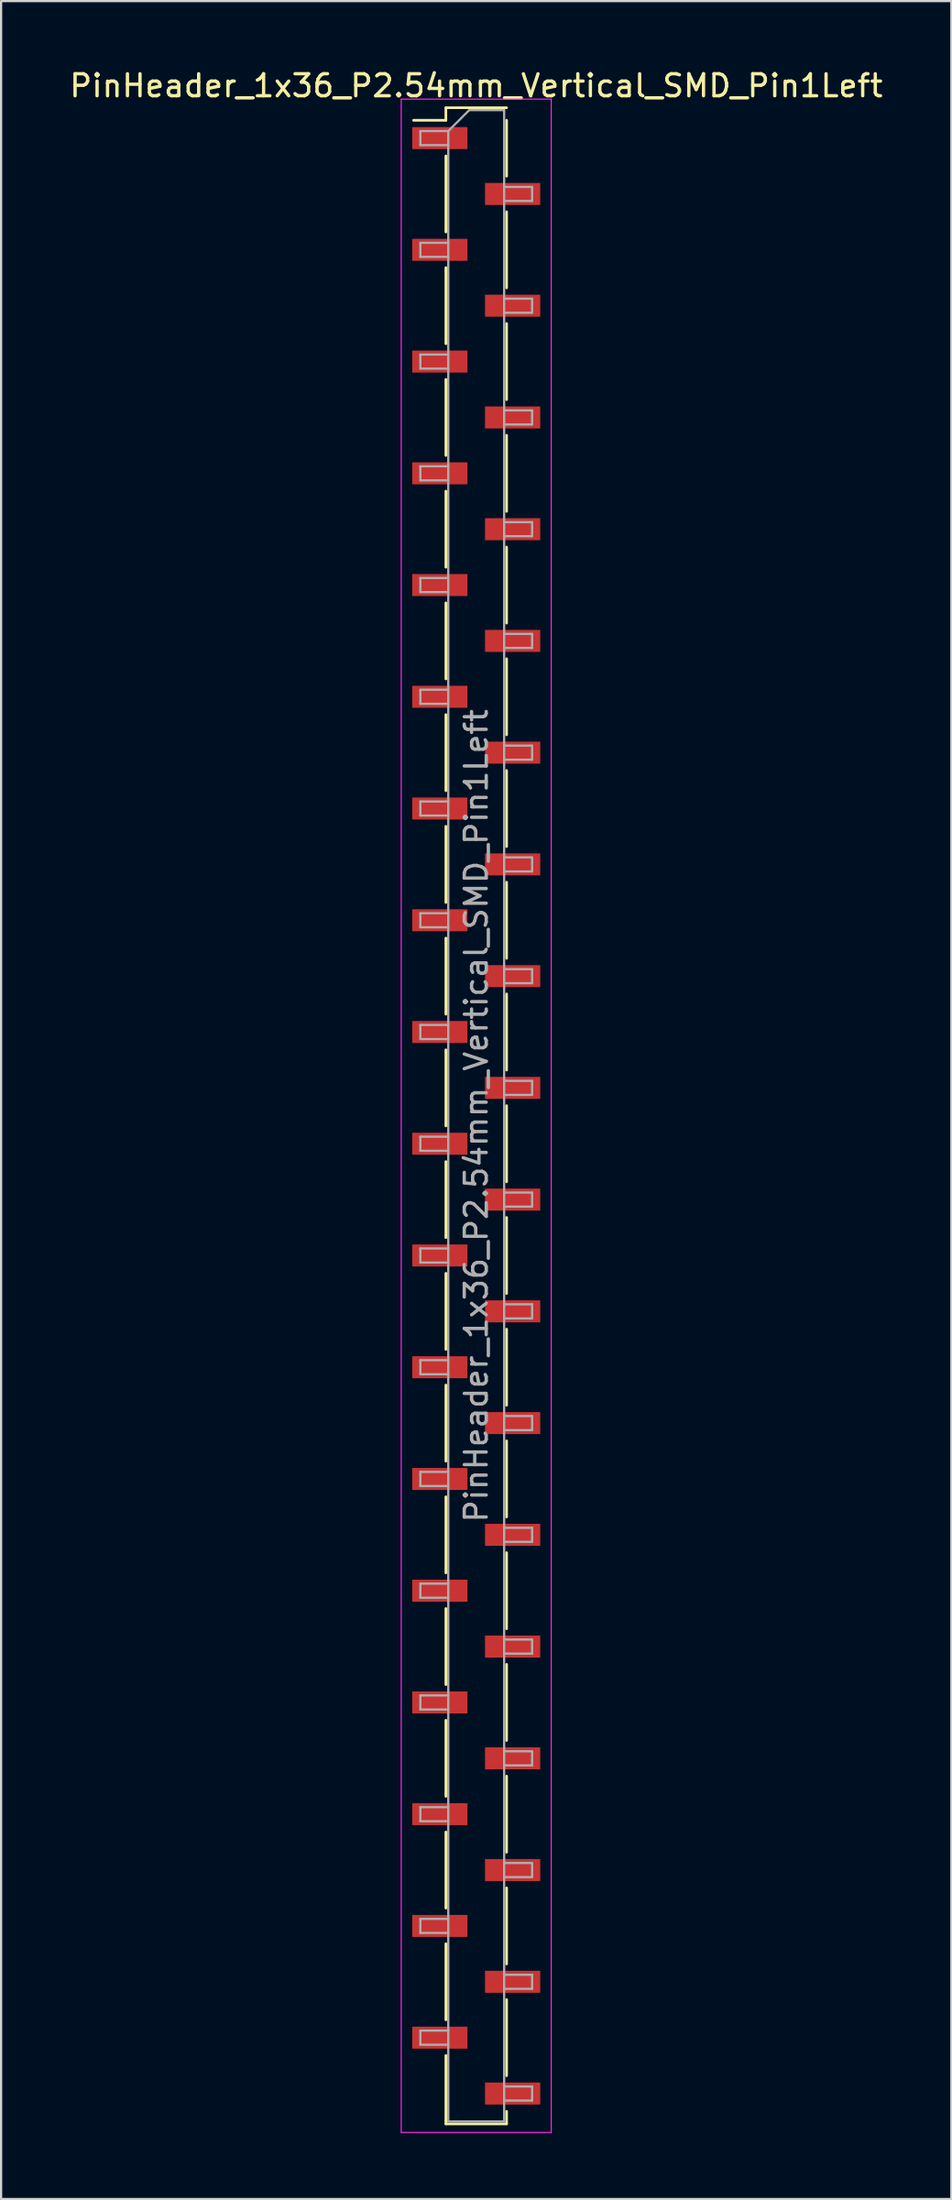
<source format=kicad_pcb>
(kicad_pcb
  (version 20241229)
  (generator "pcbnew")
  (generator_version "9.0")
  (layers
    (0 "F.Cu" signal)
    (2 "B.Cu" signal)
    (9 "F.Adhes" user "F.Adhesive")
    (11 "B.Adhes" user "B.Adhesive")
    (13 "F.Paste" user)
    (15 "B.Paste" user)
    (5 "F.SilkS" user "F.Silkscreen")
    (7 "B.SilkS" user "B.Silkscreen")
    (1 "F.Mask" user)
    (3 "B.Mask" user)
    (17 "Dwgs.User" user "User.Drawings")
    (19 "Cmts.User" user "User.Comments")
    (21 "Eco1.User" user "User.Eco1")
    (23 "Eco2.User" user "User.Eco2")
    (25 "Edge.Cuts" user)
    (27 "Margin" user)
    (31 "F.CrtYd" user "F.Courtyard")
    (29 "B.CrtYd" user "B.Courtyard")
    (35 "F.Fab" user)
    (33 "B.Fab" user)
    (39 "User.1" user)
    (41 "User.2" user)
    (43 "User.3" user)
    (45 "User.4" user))
  (footprint "PinHeader_1x36_P2.54mm_Vertical_SMD_Pin1Left"
    (layer "F.Cu")
    (at 18.601 47.678)
    (property "Reference" "PinHeader_1x36_P2.54mm_Vertical_SMD_Pin1Left" (at 0 -46.83 0) (layer "F.SilkS") (effects (font (size 1 1) (thickness 0.15))))
    (attr smd)
    (fp_line (start -1.38 -45.83) (end -1.38 -45.26) (stroke (width 0.12) (type solid)) (layer "F.SilkS"))
    (fp_line (start -1.38 -45.83) (end 1.38 -45.83) (stroke (width 0.12) (type solid)) (layer "F.SilkS"))
    (fp_line (start -1.38 -45.26) (end -2.85 -45.26) (stroke (width 0.12) (type solid)) (layer "F.SilkS"))
    (fp_line (start -1.38 -43.64) (end -1.38 -40.18) (stroke (width 0.12) (type solid)) (layer "F.SilkS"))
    (fp_line (start -1.38 -38.56) (end -1.38 -35.1) (stroke (width 0.12) (type solid)) (layer "F.SilkS"))
    (fp_line (start -1.38 -33.48) (end -1.38 -30.02) (stroke (width 0.12) (type solid)) (layer "F.SilkS"))
    (fp_line (start -1.38 -28.4) (end -1.38 -24.94) (stroke (width 0.12) (type solid)) (layer "F.SilkS"))
    (fp_line (start -1.38 -23.32) (end -1.38 -19.86) (stroke (width 0.12) (type solid)) (layer "F.SilkS"))
    (fp_line (start -1.38 -18.24) (end -1.38 -14.78) (stroke (width 0.12) (type solid)) (layer "F.SilkS"))
    (fp_line (start -1.38 -13.16) (end -1.38 -9.7) (stroke (width 0.12) (type solid)) (layer "F.SilkS"))
    (fp_line (start -1.38 -8.08) (end -1.38 -4.62) (stroke (width 0.12) (type solid)) (layer "F.SilkS"))
    (fp_line (start -1.38 -3) (end -1.38 0.46) (stroke (width 0.12) (type solid)) (layer "F.SilkS"))
    (fp_line (start -1.38 2.08) (end -1.38 5.54) (stroke (width 0.12) (type solid)) (layer "F.SilkS"))
    (fp_line (start -1.38 7.16) (end -1.38 10.62) (stroke (width 0.12) (type solid)) (layer "F.SilkS"))
    (fp_line (start -1.38 12.24) (end -1.38 15.7) (stroke (width 0.12) (type solid)) (layer "F.SilkS"))
    (fp_line (start -1.38 17.32) (end -1.38 20.78) (stroke (width 0.12) (type solid)) (layer "F.SilkS"))
    (fp_line (start -1.38 22.4) (end -1.38 25.86) (stroke (width 0.12) (type solid)) (layer "F.SilkS"))
    (fp_line (start -1.38 27.48) (end -1.38 30.94) (stroke (width 0.12) (type solid)) (layer "F.SilkS"))
    (fp_line (start -1.38 32.56) (end -1.38 36.02) (stroke (width 0.12) (type solid)) (layer "F.SilkS"))
    (fp_line (start -1.38 37.64) (end -1.38 41.1) (stroke (width 0.12) (type solid)) (layer "F.SilkS"))
    (fp_line (start -1.38 42.72) (end -1.38 45.83) (stroke (width 0.12) (type solid)) (layer "F.SilkS"))
    (fp_line (start -1.38 45.83) (end 1.38 45.83) (stroke (width 0.12) (type solid)) (layer "F.SilkS"))
    (fp_line (start 1.38 -45.26) (end 1.38 -42.72) (stroke (width 0.12) (type solid)) (layer "F.SilkS"))
    (fp_line (start 1.38 -41.1) (end 1.38 -37.64) (stroke (width 0.12) (type solid)) (layer "F.SilkS"))
    (fp_line (start 1.38 -36.02) (end 1.38 -32.56) (stroke (width 0.12) (type solid)) (layer "F.SilkS"))
    (fp_line (start 1.38 -30.94) (end 1.38 -27.48) (stroke (width 0.12) (type solid)) (layer "F.SilkS"))
    (fp_line (start 1.38 -25.86) (end 1.38 -22.4) (stroke (width 0.12) (type solid)) (layer "F.SilkS"))
    (fp_line (start 1.38 -20.78) (end 1.38 -17.32) (stroke (width 0.12) (type solid)) (layer "F.SilkS"))
    (fp_line (start 1.38 -15.7) (end 1.38 -12.24) (stroke (width 0.12) (type solid)) (layer "F.SilkS"))
    (fp_line (start 1.38 -10.62) (end 1.38 -7.16) (stroke (width 0.12) (type solid)) (layer "F.SilkS"))
    (fp_line (start 1.38 -5.54) (end 1.38 -2.08) (stroke (width 0.12) (type solid)) (layer "F.SilkS"))
    (fp_line (start 1.38 -0.46) (end 1.38 3) (stroke (width 0.12) (type solid)) (layer "F.SilkS"))
    (fp_line (start 1.38 4.62) (end 1.38 8.08) (stroke (width 0.12) (type solid)) (layer "F.SilkS"))
    (fp_line (start 1.38 9.7) (end 1.38 13.16) (stroke (width 0.12) (type solid)) (layer "F.SilkS"))
    (fp_line (start 1.38 14.78) (end 1.38 18.24) (stroke (width 0.12) (type solid)) (layer "F.SilkS"))
    (fp_line (start 1.38 19.86) (end 1.38 23.32) (stroke (width 0.12) (type solid)) (layer "F.SilkS"))
    (fp_line (start 1.38 24.94) (end 1.38 28.4) (stroke (width 0.12) (type solid)) (layer "F.SilkS"))
    (fp_line (start 1.38 30.02) (end 1.38 33.48) (stroke (width 0.12) (type solid)) (layer "F.SilkS"))
    (fp_line (start 1.38 35.1) (end 1.38 38.56) (stroke (width 0.12) (type solid)) (layer "F.SilkS"))
    (fp_line (start 1.38 40.18) (end 1.38 43.64) (stroke (width 0.12) (type solid)) (layer "F.SilkS"))
    (fp_line (start 1.38 45.26) (end 1.38 45.83) (stroke (width 0.12) (type solid)) (layer "F.SilkS"))
    (fp_line (start -3.41 -46.22) (end -3.41 46.22) (stroke (width 0.05) (type solid)) (layer "F.CrtYd"))
    (fp_line (start -3.41 46.22) (end 3.41 46.22) (stroke (width 0.05) (type solid)) (layer "F.CrtYd"))
    (fp_line (start 3.41 -46.22) (end -3.41 -46.22) (stroke (width 0.05) (type solid)) (layer "F.CrtYd"))
    (fp_line (start 3.41 46.22) (end 3.41 -46.22) (stroke (width 0.05) (type solid)) (layer "F.CrtYd"))
    (fp_line (start -2.54 -44.77) (end -2.54 -44.13) (stroke (width 0.1) (type solid)) (layer "F.Fab"))
    (fp_line (start -2.54 -44.13) (end -1.27 -44.13) (stroke (width 0.1) (type solid)) (layer "F.Fab"))
    (fp_line (start -2.54 -39.69) (end -2.54 -39.05) (stroke (width 0.1) (type solid)) (layer "F.Fab"))
    (fp_line (start -2.54 -39.05) (end -1.27 -39.05) (stroke (width 0.1) (type solid)) (layer "F.Fab"))
    (fp_line (start -2.54 -34.61) (end -2.54 -33.97) (stroke (width 0.1) (type solid)) (layer "F.Fab"))
    (fp_line (start -2.54 -33.97) (end -1.27 -33.97) (stroke (width 0.1) (type solid)) (layer "F.Fab"))
    (fp_line (start -2.54 -29.53) (end -2.54 -28.89) (stroke (width 0.1) (type solid)) (layer "F.Fab"))
    (fp_line (start -2.54 -28.89) (end -1.27 -28.89) (stroke (width 0.1) (type solid)) (layer "F.Fab"))
    (fp_line (start -2.54 -24.45) (end -2.54 -23.81) (stroke (width 0.1) (type solid)) (layer "F.Fab"))
    (fp_line (start -2.54 -23.81) (end -1.27 -23.81) (stroke (width 0.1) (type solid)) (layer "F.Fab"))
    (fp_line (start -2.54 -19.37) (end -2.54 -18.73) (stroke (width 0.1) (type solid)) (layer "F.Fab"))
    (fp_line (start -2.54 -18.73) (end -1.27 -18.73) (stroke (width 0.1) (type solid)) (layer "F.Fab"))
    (fp_line (start -2.54 -14.29) (end -2.54 -13.65) (stroke (width 0.1) (type solid)) (layer "F.Fab"))
    (fp_line (start -2.54 -13.65) (end -1.27 -13.65) (stroke (width 0.1) (type solid)) (layer "F.Fab"))
    (fp_line (start -2.54 -9.21) (end -2.54 -8.57) (stroke (width 0.1) (type solid)) (layer "F.Fab"))
    (fp_line (start -2.54 -8.57) (end -1.27 -8.57) (stroke (width 0.1) (type solid)) (layer "F.Fab"))
    (fp_line (start -2.54 -4.13) (end -2.54 -3.49) (stroke (width 0.1) (type solid)) (layer "F.Fab"))
    (fp_line (start -2.54 -3.49) (end -1.27 -3.49) (stroke (width 0.1) (type solid)) (layer "F.Fab"))
    (fp_line (start -2.54 0.95) (end -2.54 1.59) (stroke (width 0.1) (type solid)) (layer "F.Fab"))
    (fp_line (start -2.54 1.59) (end -1.27 1.59) (stroke (width 0.1) (type solid)) (layer "F.Fab"))
    (fp_line (start -2.54 6.03) (end -2.54 6.67) (stroke (width 0.1) (type solid)) (layer "F.Fab"))
    (fp_line (start -2.54 6.67) (end -1.27 6.67) (stroke (width 0.1) (type solid)) (layer "F.Fab"))
    (fp_line (start -2.54 11.11) (end -2.54 11.75) (stroke (width 0.1) (type solid)) (layer "F.Fab"))
    (fp_line (start -2.54 11.75) (end -1.27 11.75) (stroke (width 0.1) (type solid)) (layer "F.Fab"))
    (fp_line (start -2.54 16.19) (end -2.54 16.83) (stroke (width 0.1) (type solid)) (layer "F.Fab"))
    (fp_line (start -2.54 16.83) (end -1.27 16.83) (stroke (width 0.1) (type solid)) (layer "F.Fab"))
    (fp_line (start -2.54 21.27) (end -2.54 21.91) (stroke (width 0.1) (type solid)) (layer "F.Fab"))
    (fp_line (start -2.54 21.91) (end -1.27 21.91) (stroke (width 0.1) (type solid)) (layer "F.Fab"))
    (fp_line (start -2.54 26.35) (end -2.54 26.99) (stroke (width 0.1) (type solid)) (layer "F.Fab"))
    (fp_line (start -2.54 26.99) (end -1.27 26.99) (stroke (width 0.1) (type solid)) (layer "F.Fab"))
    (fp_line (start -2.54 31.43) (end -2.54 32.07) (stroke (width 0.1) (type solid)) (layer "F.Fab"))
    (fp_line (start -2.54 32.07) (end -1.27 32.07) (stroke (width 0.1) (type solid)) (layer "F.Fab"))
    (fp_line (start -2.54 36.51) (end -2.54 37.15) (stroke (width 0.1) (type solid)) (layer "F.Fab"))
    (fp_line (start -2.54 37.15) (end -1.27 37.15) (stroke (width 0.1) (type solid)) (layer "F.Fab"))
    (fp_line (start -2.54 41.59) (end -2.54 42.23) (stroke (width 0.1) (type solid)) (layer "F.Fab"))
    (fp_line (start -2.54 42.23) (end -1.27 42.23) (stroke (width 0.1) (type solid)) (layer "F.Fab"))
    (fp_line (start -1.27 -44.77) (end -2.54 -44.77) (stroke (width 0.1) (type solid)) (layer "F.Fab"))
    (fp_line (start -1.27 -44.77) (end -0.32 -45.72) (stroke (width 0.1) (type solid)) (layer "F.Fab"))
    (fp_line (start -1.27 -39.69) (end -2.54 -39.69) (stroke (width 0.1) (type solid)) (layer "F.Fab"))
    (fp_line (start -1.27 -34.61) (end -2.54 -34.61) (stroke (width 0.1) (type solid)) (layer "F.Fab"))
    (fp_line (start -1.27 -29.53) (end -2.54 -29.53) (stroke (width 0.1) (type solid)) (layer "F.Fab"))
    (fp_line (start -1.27 -24.45) (end -2.54 -24.45) (stroke (width 0.1) (type solid)) (layer "F.Fab"))
    (fp_line (start -1.27 -19.37) (end -2.54 -19.37) (stroke (width 0.1) (type solid)) (layer "F.Fab"))
    (fp_line (start -1.27 -14.29) (end -2.54 -14.29) (stroke (width 0.1) (type solid)) (layer "F.Fab"))
    (fp_line (start -1.27 -9.21) (end -2.54 -9.21) (stroke (width 0.1) (type solid)) (layer "F.Fab"))
    (fp_line (start -1.27 -4.13) (end -2.54 -4.13) (stroke (width 0.1) (type solid)) (layer "F.Fab"))
    (fp_line (start -1.27 0.95) (end -2.54 0.95) (stroke (width 0.1) (type solid)) (layer "F.Fab"))
    (fp_line (start -1.27 6.03) (end -2.54 6.03) (stroke (width 0.1) (type solid)) (layer "F.Fab"))
    (fp_line (start -1.27 11.11) (end -2.54 11.11) (stroke (width 0.1) (type solid)) (layer "F.Fab"))
    (fp_line (start -1.27 16.19) (end -2.54 16.19) (stroke (width 0.1) (type solid)) (layer "F.Fab"))
    (fp_line (start -1.27 21.27) (end -2.54 21.27) (stroke (width 0.1) (type solid)) (layer "F.Fab"))
    (fp_line (start -1.27 26.35) (end -2.54 26.35) (stroke (width 0.1) (type solid)) (layer "F.Fab"))
    (fp_line (start -1.27 31.43) (end -2.54 31.43) (stroke (width 0.1) (type solid)) (layer "F.Fab"))
    (fp_line (start -1.27 36.51) (end -2.54 36.51) (stroke (width 0.1) (type solid)) (layer "F.Fab"))
    (fp_line (start -1.27 41.59) (end -2.54 41.59) (stroke (width 0.1) (type solid)) (layer "F.Fab"))
    (fp_line (start -1.27 45.72) (end -1.27 -44.77) (stroke (width 0.1) (type solid)) (layer "F.Fab"))
    (fp_line (start -0.32 -45.72) (end 1.27 -45.72) (stroke (width 0.1) (type solid)) (layer "F.Fab"))
    (fp_line (start 1.27 -45.72) (end 1.27 45.72) (stroke (width 0.1) (type solid)) (layer "F.Fab"))
    (fp_line (start 1.27 -42.23) (end 2.54 -42.23) (stroke (width 0.1) (type solid)) (layer "F.Fab"))
    (fp_line (start 1.27 -37.15) (end 2.54 -37.15) (stroke (width 0.1) (type solid)) (layer "F.Fab"))
    (fp_line (start 1.27 -32.07) (end 2.54 -32.07) (stroke (width 0.1) (type solid)) (layer "F.Fab"))
    (fp_line (start 1.27 -26.99) (end 2.54 -26.99) (stroke (width 0.1) (type solid)) (layer "F.Fab"))
    (fp_line (start 1.27 -21.91) (end 2.54 -21.91) (stroke (width 0.1) (type solid)) (layer "F.Fab"))
    (fp_line (start 1.27 -16.83) (end 2.54 -16.83) (stroke (width 0.1) (type solid)) (layer "F.Fab"))
    (fp_line (start 1.27 -11.75) (end 2.54 -11.75) (stroke (width 0.1) (type solid)) (layer "F.Fab"))
    (fp_line (start 1.27 -6.67) (end 2.54 -6.67) (stroke (width 0.1) (type solid)) (layer "F.Fab"))
    (fp_line (start 1.27 -1.59) (end 2.54 -1.59) (stroke (width 0.1) (type solid)) (layer "F.Fab"))
    (fp_line (start 1.27 3.49) (end 2.54 3.49) (stroke (width 0.1) (type solid)) (layer "F.Fab"))
    (fp_line (start 1.27 8.57) (end 2.54 8.57) (stroke (width 0.1) (type solid)) (layer "F.Fab"))
    (fp_line (start 1.27 13.65) (end 2.54 13.65) (stroke (width 0.1) (type solid)) (layer "F.Fab"))
    (fp_line (start 1.27 18.73) (end 2.54 18.73) (stroke (width 0.1) (type solid)) (layer "F.Fab"))
    (fp_line (start 1.27 23.81) (end 2.54 23.81) (stroke (width 0.1) (type solid)) (layer "F.Fab"))
    (fp_line (start 1.27 28.89) (end 2.54 28.89) (stroke (width 0.1) (type solid)) (layer "F.Fab"))
    (fp_line (start 1.27 33.97) (end 2.54 33.97) (stroke (width 0.1) (type solid)) (layer "F.Fab"))
    (fp_line (start 1.27 39.05) (end 2.54 39.05) (stroke (width 0.1) (type solid)) (layer "F.Fab"))
    (fp_line (start 1.27 44.13) (end 2.54 44.13) (stroke (width 0.1) (type solid)) (layer "F.Fab"))
    (fp_line (start 1.27 45.72) (end -1.27 45.72) (stroke (width 0.1) (type solid)) (layer "F.Fab"))
    (fp_line (start 2.54 -42.23) (end 2.54 -41.59) (stroke (width 0.1) (type solid)) (layer "F.Fab"))
    (fp_line (start 2.54 -41.59) (end 1.27 -41.59) (stroke (width 0.1) (type solid)) (layer "F.Fab"))
    (fp_line (start 2.54 -37.15) (end 2.54 -36.51) (stroke (width 0.1) (type solid)) (layer "F.Fab"))
    (fp_line (start 2.54 -36.51) (end 1.27 -36.51) (stroke (width 0.1) (type solid)) (layer "F.Fab"))
    (fp_line (start 2.54 -32.07) (end 2.54 -31.43) (stroke (width 0.1) (type solid)) (layer "F.Fab"))
    (fp_line (start 2.54 -31.43) (end 1.27 -31.43) (stroke (width 0.1) (type solid)) (layer "F.Fab"))
    (fp_line (start 2.54 -26.99) (end 2.54 -26.35) (stroke (width 0.1) (type solid)) (layer "F.Fab"))
    (fp_line (start 2.54 -26.35) (end 1.27 -26.35) (stroke (width 0.1) (type solid)) (layer "F.Fab"))
    (fp_line (start 2.54 -21.91) (end 2.54 -21.27) (stroke (width 0.1) (type solid)) (layer "F.Fab"))
    (fp_line (start 2.54 -21.27) (end 1.27 -21.27) (stroke (width 0.1) (type solid)) (layer "F.Fab"))
    (fp_line (start 2.54 -16.83) (end 2.54 -16.19) (stroke (width 0.1) (type solid)) (layer "F.Fab"))
    (fp_line (start 2.54 -16.19) (end 1.27 -16.19) (stroke (width 0.1) (type solid)) (layer "F.Fab"))
    (fp_line (start 2.54 -11.75) (end 2.54 -11.11) (stroke (width 0.1) (type solid)) (layer "F.Fab"))
    (fp_line (start 2.54 -11.11) (end 1.27 -11.11) (stroke (width 0.1) (type solid)) (layer "F.Fab"))
    (fp_line (start 2.54 -6.67) (end 2.54 -6.03) (stroke (width 0.1) (type solid)) (layer "F.Fab"))
    (fp_line (start 2.54 -6.03) (end 1.27 -6.03) (stroke (width 0.1) (type solid)) (layer "F.Fab"))
    (fp_line (start 2.54 -1.59) (end 2.54 -0.95) (stroke (width 0.1) (type solid)) (layer "F.Fab"))
    (fp_line (start 2.54 -0.95) (end 1.27 -0.95) (stroke (width 0.1) (type solid)) (layer "F.Fab"))
    (fp_line (start 2.54 3.49) (end 2.54 4.13) (stroke (width 0.1) (type solid)) (layer "F.Fab"))
    (fp_line (start 2.54 4.13) (end 1.27 4.13) (stroke (width 0.1) (type solid)) (layer "F.Fab"))
    (fp_line (start 2.54 8.57) (end 2.54 9.21) (stroke (width 0.1) (type solid)) (layer "F.Fab"))
    (fp_line (start 2.54 9.21) (end 1.27 9.21) (stroke (width 0.1) (type solid)) (layer "F.Fab"))
    (fp_line (start 2.54 13.65) (end 2.54 14.29) (stroke (width 0.1) (type solid)) (layer "F.Fab"))
    (fp_line (start 2.54 14.29) (end 1.27 14.29) (stroke (width 0.1) (type solid)) (layer "F.Fab"))
    (fp_line (start 2.54 18.73) (end 2.54 19.37) (stroke (width 0.1) (type solid)) (layer "F.Fab"))
    (fp_line (start 2.54 19.37) (end 1.27 19.37) (stroke (width 0.1) (type solid)) (layer "F.Fab"))
    (fp_line (start 2.54 23.81) (end 2.54 24.45) (stroke (width 0.1) (type solid)) (layer "F.Fab"))
    (fp_line (start 2.54 24.45) (end 1.27 24.45) (stroke (width 0.1) (type solid)) (layer "F.Fab"))
    (fp_line (start 2.54 28.89) (end 2.54 29.53) (stroke (width 0.1) (type solid)) (layer "F.Fab"))
    (fp_line (start 2.54 29.53) (end 1.27 29.53) (stroke (width 0.1) (type solid)) (layer "F.Fab"))
    (fp_line (start 2.54 33.97) (end 2.54 34.61) (stroke (width 0.1) (type solid)) (layer "F.Fab"))
    (fp_line (start 2.54 34.61) (end 1.27 34.61) (stroke (width 0.1) (type solid)) (layer "F.Fab"))
    (fp_line (start 2.54 39.05) (end 2.54 39.69) (stroke (width 0.1) (type solid)) (layer "F.Fab"))
    (fp_line (start 2.54 39.69) (end 1.27 39.69) (stroke (width 0.1) (type solid)) (layer "F.Fab"))
    (fp_line (start 2.54 44.13) (end 2.54 44.77) (stroke (width 0.1) (type solid)) (layer "F.Fab"))
    (fp_line (start 2.54 44.77) (end 1.27 44.77) (stroke (width 0.1) (type solid)) (layer "F.Fab"))
    (fp_text user "${REFERENCE}" (at 0 0 90) (layer "F.Fab") (effects (font (size 1 1) (thickness 0.15))))
    (pad "1" smd rect (at -1.655 -44.45) (size 2.51 1) (layers "F.Cu" "F.Mask" "F.Paste"))
    (pad "2" smd rect (at 1.655 -41.91) (size 2.51 1) (layers "F.Cu" "F.Mask" "F.Paste"))
    (pad "3" smd rect (at -1.655 -39.37) (size 2.51 1) (layers "F.Cu" "F.Mask" "F.Paste"))
    (pad "4" smd rect (at 1.655 -36.83) (size 2.51 1) (layers "F.Cu" "F.Mask" "F.Paste"))
    (pad "5" smd rect (at -1.655 -34.29) (size 2.51 1) (layers "F.Cu" "F.Mask" "F.Paste"))
    (pad "6" smd rect (at 1.655 -31.75) (size 2.51 1) (layers "F.Cu" "F.Mask" "F.Paste"))
    (pad "7" smd rect (at -1.655 -29.21) (size 2.51 1) (layers "F.Cu" "F.Mask" "F.Paste"))
    (pad "8" smd rect (at 1.655 -26.67) (size 2.51 1) (layers "F.Cu" "F.Mask" "F.Paste"))
    (pad "9" smd rect (at -1.655 -24.13) (size 2.51 1) (layers "F.Cu" "F.Mask" "F.Paste"))
    (pad "10" smd rect (at 1.655 -21.59) (size 2.51 1) (layers "F.Cu" "F.Mask" "F.Paste"))
    (pad "11" smd rect (at -1.655 -19.05) (size 2.51 1) (layers "F.Cu" "F.Mask" "F.Paste"))
    (pad "12" smd rect (at 1.655 -16.51) (size 2.51 1) (layers "F.Cu" "F.Mask" "F.Paste"))
    (pad "13" smd rect (at -1.655 -13.97) (size 2.51 1) (layers "F.Cu" "F.Mask" "F.Paste"))
    (pad "14" smd rect (at 1.655 -11.43) (size 2.51 1) (layers "F.Cu" "F.Mask" "F.Paste"))
    (pad "15" smd rect (at -1.655 -8.89) (size 2.51 1) (layers "F.Cu" "F.Mask" "F.Paste"))
    (pad "16" smd rect (at 1.655 -6.35) (size 2.51 1) (layers "F.Cu" "F.Mask" "F.Paste"))
    (pad "17" smd rect (at -1.655 -3.81) (size 2.51 1) (layers "F.Cu" "F.Mask" "F.Paste"))
    (pad "18" smd rect (at 1.655 -1.27) (size 2.51 1) (layers "F.Cu" "F.Mask" "F.Paste"))
    (pad "19" smd rect (at -1.655 1.27) (size 2.51 1) (layers "F.Cu" "F.Mask" "F.Paste"))
    (pad "20" smd rect (at 1.655 3.81) (size 2.51 1) (layers "F.Cu" "F.Mask" "F.Paste"))
    (pad "21" smd rect (at -1.655 6.35) (size 2.51 1) (layers "F.Cu" "F.Mask" "F.Paste"))
    (pad "22" smd rect (at 1.655 8.89) (size 2.51 1) (layers "F.Cu" "F.Mask" "F.Paste"))
    (pad "23" smd rect (at -1.655 11.43) (size 2.51 1) (layers "F.Cu" "F.Mask" "F.Paste"))
    (pad "24" smd rect (at 1.655 13.97) (size 2.51 1) (layers "F.Cu" "F.Mask" "F.Paste"))
    (pad "25" smd rect (at -1.655 16.51) (size 2.51 1) (layers "F.Cu" "F.Mask" "F.Paste"))
    (pad "26" smd rect (at 1.655 19.05) (size 2.51 1) (layers "F.Cu" "F.Mask" "F.Paste"))
    (pad "27" smd rect (at -1.655 21.59) (size 2.51 1) (layers "F.Cu" "F.Mask" "F.Paste"))
    (pad "28" smd rect (at 1.655 24.13) (size 2.51 1) (layers "F.Cu" "F.Mask" "F.Paste"))
    (pad "29" smd rect (at -1.655 26.67) (size 2.51 1) (layers "F.Cu" "F.Mask" "F.Paste"))
    (pad "30" smd rect (at 1.655 29.21) (size 2.51 1) (layers "F.Cu" "F.Mask" "F.Paste"))
    (pad "31" smd rect (at -1.655 31.75) (size 2.51 1) (layers "F.Cu" "F.Mask" "F.Paste"))
    (pad "32" smd rect (at 1.655 34.29) (size 2.51 1) (layers "F.Cu" "F.Mask" "F.Paste"))
    (pad "33" smd rect (at -1.655 36.83) (size 2.51 1) (layers "F.Cu" "F.Mask" "F.Paste"))
    (pad "34" smd rect (at 1.655 39.37) (size 2.51 1) (layers "F.Cu" "F.Mask" "F.Paste"))
    (pad "35" smd rect (at -1.655 41.91) (size 2.51 1) (layers "F.Cu" "F.Mask" "F.Paste"))
    (pad "36" smd rect (at 1.655 44.45) (size 2.51 1) (layers "F.Cu" "F.Mask" "F.Paste")))
  (gr_rect
    (start -3 -3)
    (end 40.202 96.923)
    (stroke (width 0.1) (type default))
    (fill no)
    (layer "Edge.Cuts")))
</source>
